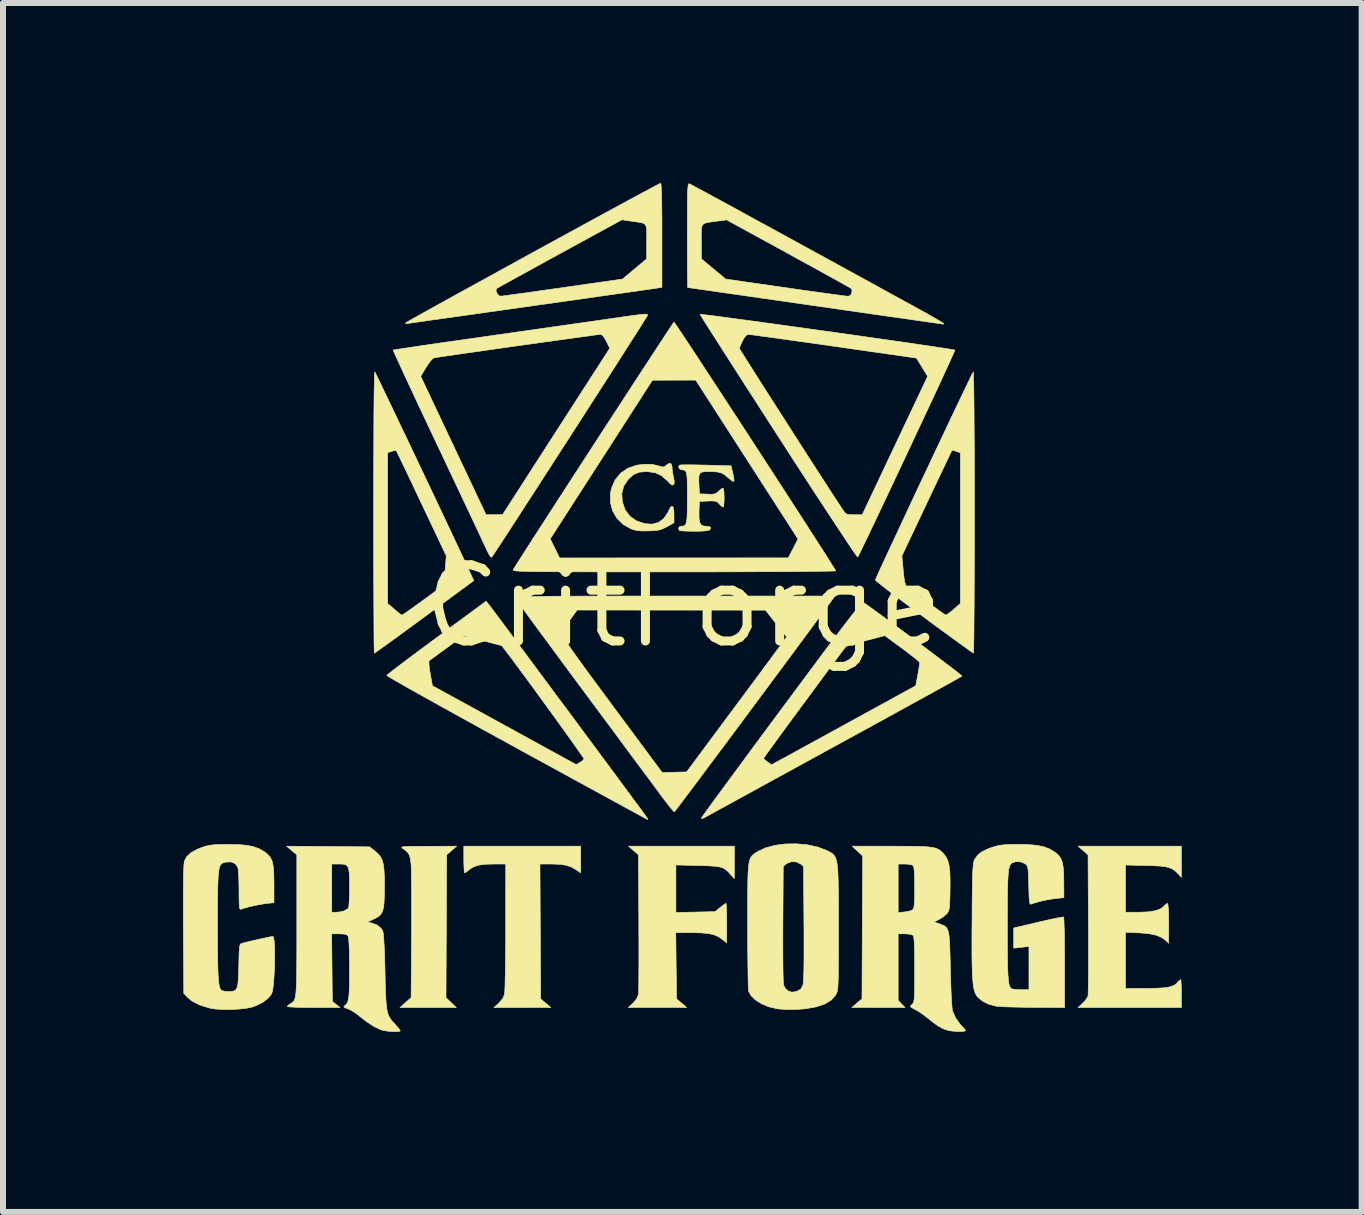
<source format=kicad_pcb>
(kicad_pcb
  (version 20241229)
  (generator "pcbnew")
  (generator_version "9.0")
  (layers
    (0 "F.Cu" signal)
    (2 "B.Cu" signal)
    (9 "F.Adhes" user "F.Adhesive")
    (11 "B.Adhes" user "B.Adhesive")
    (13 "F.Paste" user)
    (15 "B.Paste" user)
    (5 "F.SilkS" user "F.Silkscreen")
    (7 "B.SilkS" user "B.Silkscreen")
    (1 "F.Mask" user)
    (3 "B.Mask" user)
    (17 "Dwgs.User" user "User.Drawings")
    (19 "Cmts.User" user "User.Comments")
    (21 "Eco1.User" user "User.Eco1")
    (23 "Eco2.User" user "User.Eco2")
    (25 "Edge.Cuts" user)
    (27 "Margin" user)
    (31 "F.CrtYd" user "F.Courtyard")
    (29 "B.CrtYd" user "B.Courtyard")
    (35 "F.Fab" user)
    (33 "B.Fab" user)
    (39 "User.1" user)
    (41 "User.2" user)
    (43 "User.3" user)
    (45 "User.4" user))
  (footprint "CritForge"
    (layer "F.Cu")
    (at 8.342 7.053)
    (property "Reference" "CritForge" (at 0 0 0) (layer "F.SilkS") (effects (font (size 1.27 1.27) (thickness 0.15))))
    (attr through_hole)
    (fp_poly (pts (xy -3.865 4.072) (xy -3.948 4.144) (xy -3.959 6.525) (xy -3.873 6.607) (xy -3.787 6.689) (xy -4.726 6.689) (xy -4.633 6.606) (xy -4.54 6.524) (xy -4.533 5.49) (xy -4.532 5.279) (xy -4.532 5.075) (xy -4.532 4.885) (xy -4.533 4.713) (xy -4.534 4.563) (xy -4.536 4.441) (xy -4.538 4.352) (xy -4.541 4.3) (xy -4.552 4.208) (xy -4.571 4.145) (xy -4.603 4.098) (xy -4.657 4.053) (xy -4.678 4.039) (xy -4.693 4.027) (xy -4.697 4.018) (xy -4.685 4.012) (xy -4.653 4.007) (xy -4.595 4.005) (xy -4.508 4.003) (xy -4.388 4.002) (xy -4.256 4.002) (xy -3.782 4) (xy -3.865 4.072)) (stroke (width 0.01) (type solid)) (fill yes) (layer "F.SilkS"))
    (fp_poly (pts (xy -1.714 4.444) (xy -1.791 4.392) (xy -1.869 4.347) (xy -1.953 4.318) (xy -2.055 4.303) (xy -2.186 4.297) (xy -2.207 4.297) (xy -2.393 4.297) (xy -2.387 5.421) (xy -2.381 6.545) (xy -2.297 6.616) (xy -2.212 6.688) (xy -3.161 6.689) (xy -3.082 6.62) (xy -3.01 6.535) (xy -2.984 6.466) (xy -2.98 6.429) (xy -2.976 6.353) (xy -2.973 6.244) (xy -2.97 6.106) (xy -2.968 5.944) (xy -2.966 5.762) (xy -2.964 5.565) (xy -2.964 5.356) (xy -2.964 5.339) (xy -2.963 4.297) (xy -3.159 4.297) (xy -3.3 4.301) (xy -3.408 4.315) (xy -3.491 4.341) (xy -3.558 4.38) (xy -3.574 4.393) (xy -3.617 4.427) (xy -3.646 4.444) (xy -3.649 4.445) (xy -3.654 4.425) (xy -3.658 4.372) (xy -3.661 4.294) (xy -3.662 4.223) (xy -3.662 4) (xy -1.714 4) (xy -1.714 4.444)) (stroke (width 0.01) (type solid)) (fill yes) (layer "F.SilkS"))
    (fp_poly (pts (xy 0.846 4.54) (xy 0.778 4.463) (xy 0.736 4.418) (xy 0.696 4.384) (xy 0.651 4.36) (xy 0.594 4.344) (xy 0.518 4.334) (xy 0.415 4.327) (xy 0.279 4.323) (xy 0.238 4.322) (xy -0.127 4.313) (xy -0.127 5.105) (xy 0.525 5.091) (xy 0.61 5.022) (xy 0.661 4.983) (xy 0.697 4.958) (xy 0.708 4.953) (xy 0.712 4.973) (xy 0.715 5.028) (xy 0.718 5.111) (xy 0.719 5.215) (xy 0.72 5.282) (xy 0.72 5.611) (xy 0.64 5.548) (xy 0.578 5.506) (xy 0.506 5.476) (xy 0.416 5.456) (xy 0.301 5.445) (xy 0.154 5.441) (xy 0.121 5.44) (xy -0.129 5.44) (xy -0.123 5.992) (xy -0.116 6.545) (xy -0.032 6.616) (xy 0.053 6.688) (xy -0.434 6.688) (xy -0.921 6.688) (xy -0.843 6.617) (xy -0.783 6.546) (xy -0.752 6.475) (xy -0.752 6.474) (xy -0.749 6.44) (xy -0.747 6.367) (xy -0.746 6.261) (xy -0.745 6.125) (xy -0.744 5.963) (xy -0.744 5.78) (xy -0.744 5.58) (xy -0.745 5.367) (xy -0.745 5.273) (xy -0.751 4.144) (xy -0.917 4) (xy 0.847 4) (xy 0.846 4.54)) (stroke (width 0.01) (type solid)) (fill yes) (layer "F.SilkS"))
    (fp_poly (pts (xy -0.205 -2.372) (xy -0.191 -2.324) (xy -0.191 -2.305) (xy -0.185 -2.244) (xy -0.172 -2.169) (xy -0.166 -2.146) (xy -0.154 -2.079) (xy -0.158 -2.04) (xy -0.167 -2.026) (xy -0.189 -2.019) (xy -0.222 -2.04) (xy -0.27 -2.091) (xy -0.366 -2.176) (xy -0.474 -2.225) (xy -0.604 -2.243) (xy -0.625 -2.244) (xy -0.738 -2.233) (xy -0.828 -2.196) (xy -0.91 -2.127) (xy -0.927 -2.107) (xy -0.998 -1.998) (xy -1.029 -1.876) (xy -1.02 -1.74) (xy -1.019 -1.738) (xy -0.973 -1.605) (xy -0.895 -1.5) (xy -0.786 -1.423) (xy -0.65 -1.376) (xy -0.524 -1.367) (xy -0.416 -1.396) (xy -0.327 -1.463) (xy -0.258 -1.566) (xy -0.246 -1.595) (xy -0.216 -1.652) (xy -0.19 -1.668) (xy -0.172 -1.645) (xy -0.161 -1.583) (xy -0.159 -1.525) (xy -0.159 -1.391) (xy -0.274 -1.326) (xy -0.337 -1.294) (xy -0.393 -1.273) (xy -0.458 -1.262) (xy -0.546 -1.256) (xy -0.581 -1.255) (xy -0.689 -1.254) (xy -0.769 -1.26) (xy -0.836 -1.275) (xy -0.877 -1.29) (xy -1.008 -1.364) (xy -1.111 -1.466) (xy -1.182 -1.589) (xy -1.219 -1.728) (xy -1.219 -1.877) (xy -1.199 -1.97) (xy -1.139 -2.107) (xy -1.046 -2.218) (xy -0.926 -2.3) (xy -0.779 -2.35) (xy -0.667 -2.365) (xy -0.531 -2.364) (xy -0.424 -2.342) (xy -0.365 -2.323) (xy -0.33 -2.321) (xy -0.302 -2.336) (xy -0.283 -2.353) (xy -0.237 -2.382) (xy -0.205 -2.372)) (stroke (width 0.01) (type solid)) (fill yes) (layer "F.SilkS"))
    (fp_poly (pts (xy 8.297 4.519) (xy 8.244 4.461) (xy 8.198 4.415) (xy 8.152 4.382) (xy 8.099 4.358) (xy 8.03 4.341) (xy 7.939 4.331) (xy 7.819 4.325) (xy 7.71 4.322) (xy 7.366 4.314) (xy 7.366 5.101) (xy 7.594 5.101) (xy 7.748 5.094) (xy 7.867 5.075) (xy 7.954 5.042) (xy 8.016 4.993) (xy 8.019 4.988) (xy 8.051 4.96) (xy 8.067 4.953) (xy 8.073 4.973) (xy 8.079 5.028) (xy 8.083 5.111) (xy 8.085 5.215) (xy 8.086 5.285) (xy 8.086 5.617) (xy 8.038 5.572) (xy 7.968 5.521) (xy 7.88 5.484) (xy 7.767 5.46) (xy 7.62 5.446) (xy 7.594 5.445) (xy 7.366 5.434) (xy 7.366 6.371) (xy 7.689 6.371) (xy 7.849 6.369) (xy 7.973 6.363) (xy 8.066 6.353) (xy 8.134 6.337) (xy 8.184 6.314) (xy 8.222 6.284) (xy 8.228 6.277) (xy 8.262 6.24) (xy 8.285 6.223) (xy 8.286 6.223) (xy 8.29 6.243) (xy 8.294 6.296) (xy 8.297 6.375) (xy 8.297 6.456) (xy 8.297 6.689) (xy 6.575 6.689) (xy 6.651 6.618) (xy 6.7 6.566) (xy 6.734 6.515) (xy 6.741 6.497) (xy 6.743 6.466) (xy 6.745 6.397) (xy 6.747 6.295) (xy 6.748 6.162) (xy 6.749 6.003) (xy 6.749 5.822) (xy 6.749 5.623) (xy 6.748 5.41) (xy 6.748 5.295) (xy 6.742 4.144) (xy 6.659 4.072) (xy 6.576 4) (xy 8.297 4) (xy 8.297 4.519)) (stroke (width 0.01) (type solid)) (fill yes) (layer "F.SilkS"))
    (fp_poly (pts (xy 0.126 -2.356) (xy 0.24 -2.354) (xy 0.368 -2.351) (xy 0.38 -2.351) (xy 0.792 -2.339) (xy 0.822 -2.216) (xy 0.836 -2.149) (xy 0.841 -2.099) (xy 0.838 -2.08) (xy 0.816 -2.085) (xy 0.777 -2.113) (xy 0.756 -2.131) (xy 0.692 -2.186) (xy 0.633 -2.22) (xy 0.565 -2.237) (xy 0.474 -2.243) (xy 0.436 -2.244) (xy 0.354 -2.242) (xy 0.3 -2.233) (xy 0.27 -2.208) (xy 0.256 -2.161) (xy 0.255 -2.084) (xy 0.258 -2.01) (xy 0.265 -1.873) (xy 0.397 -1.867) (xy 0.473 -1.865) (xy 0.521 -1.872) (xy 0.557 -1.891) (xy 0.583 -1.915) (xy 0.624 -1.95) (xy 0.654 -1.968) (xy 0.657 -1.968) (xy 0.667 -1.949) (xy 0.674 -1.898) (xy 0.677 -1.825) (xy 0.677 -1.81) (xy 0.675 -1.734) (xy 0.67 -1.678) (xy 0.662 -1.652) (xy 0.66 -1.651) (xy 0.636 -1.665) (xy 0.599 -1.701) (xy 0.596 -1.705) (xy 0.567 -1.734) (xy 0.534 -1.749) (xy 0.486 -1.754) (xy 0.409 -1.753) (xy 0.407 -1.752) (xy 0.265 -1.746) (xy 0.258 -1.582) (xy 0.258 -1.474) (xy 0.268 -1.4) (xy 0.292 -1.357) (xy 0.332 -1.337) (xy 0.368 -1.333) (xy 0.431 -1.327) (xy 0.455 -1.309) (xy 0.442 -1.277) (xy 0.416 -1.264) (xy 0.363 -1.255) (xy 0.277 -1.25) (xy 0.181 -1.249) (xy 0.085 -1.25) (xy 0.004 -1.253) (xy -0.051 -1.258) (xy -0.071 -1.263) (xy -0.085 -1.299) (xy -0.066 -1.326) (xy -0.036 -1.333) (xy -0.004 -1.336) (xy 0.02 -1.345) (xy 0.038 -1.368) (xy 0.05 -1.408) (xy 0.058 -1.472) (xy 0.062 -1.564) (xy 0.063 -1.688) (xy 0.064 -1.813) (xy 0.063 -1.963) (xy 0.062 -2.076) (xy 0.058 -2.157) (xy 0.05 -2.212) (xy 0.039 -2.245) (xy 0.021 -2.263) (xy -0.003 -2.271) (xy -0.029 -2.273) (xy -0.065 -2.288) (xy -0.081 -2.318) (xy -0.073 -2.346) (xy -0.059 -2.353) (xy -0.03 -2.355) (xy 0.034 -2.356) (xy 0.126 -2.356)) (stroke (width 0.01) (type solid)) (fill yes) (layer "F.SilkS"))
    (fp_poly (pts (xy -5.134 -3.883) (xy -5.106 -3.827) (xy -5.064 -3.74) (xy -5.008 -3.624) (xy -4.941 -3.483) (xy -4.863 -3.321) (xy -4.777 -3.14) (xy -4.684 -2.945) (xy -4.585 -2.738) (xy -4.483 -2.523) (xy -4.378 -2.302) (xy -4.273 -2.081) (xy -4.169 -1.861) (xy -4.067 -1.646) (xy -3.97 -1.44) (xy -3.878 -1.245) (xy -3.794 -1.066) (xy -3.718 -0.905) (xy -3.653 -0.766) (xy -3.6 -0.652) (xy -3.566 -0.578) (xy -3.496 -0.426) (xy -4.319 0.179) (xy -4.483 0.299) (xy -4.637 0.412) (xy -4.777 0.514) (xy -4.9 0.603) (xy -5.002 0.677) (xy -5.081 0.733) (xy -5.132 0.769) (xy -5.153 0.783) (xy -5.153 0.783) (xy -5.155 0.762) (xy -5.156 0.702) (xy -5.158 0.605) (xy -5.159 0.473) (xy -5.16 0.31) (xy -5.161 0.118) (xy -5.162 -0.1) (xy -5.163 -0.342) (xy -5.164 -0.605) (xy -5.164 -0.886) (xy -5.165 -1.182) (xy -5.165 -1.491) (xy -5.165 -1.571) (xy -5.164 -1.94) (xy -5.164 -2.282) (xy -5.163 -2.557) (xy -4.932 -2.557) (xy -4.932 -0.046) (xy -4.821 0.05) (xy -4.763 0.099) (xy -4.718 0.134) (xy -4.694 0.148) (xy -4.693 0.148) (xy -4.672 0.136) (xy -4.622 0.103) (xy -4.549 0.052) (xy -4.458 -0.013) (xy -4.355 -0.087) (xy -4.34 -0.099) (xy -4.224 -0.183) (xy -4.137 -0.247) (xy -4.075 -0.299) (xy -4.032 -0.345) (xy -4.005 -0.391) (xy -3.989 -0.445) (xy -3.98 -0.513) (xy -3.973 -0.602) (xy -3.968 -0.668) (xy -3.954 -0.839) (xy -4.368 -1.713) (xy -4.453 -1.893) (xy -4.532 -2.06) (xy -4.604 -2.211) (xy -4.667 -2.343) (xy -4.719 -2.451) (xy -4.758 -2.531) (xy -4.782 -2.581) (xy -4.79 -2.596) (xy -4.813 -2.595) (xy -4.859 -2.582) (xy -4.865 -2.58) (xy -4.932 -2.557) (xy -5.163 -2.557) (xy -5.163 -2.595) (xy -5.162 -2.879) (xy -5.161 -3.131) (xy -5.159 -3.351) (xy -5.157 -3.536) (xy -5.154 -3.685) (xy -5.152 -3.797) (xy -5.149 -3.87) (xy -5.146 -3.903) (xy -5.145 -3.904) (xy -5.134 -3.883)) (stroke (width 0.01) (type solid)) (fill yes) (layer "F.SilkS"))
    (fp_poly (pts (xy -0.146 -4.717) (xy -0.111 -4.667) (xy -0.058 -4.588) (xy 0.014 -4.48) (xy 0.101 -4.348) (xy 0.203 -4.194) (xy 0.317 -4.02) (xy 0.442 -3.829) (xy 0.576 -3.624) (xy 0.717 -3.408) (xy 0.863 -3.184) (xy 1.014 -2.953) (xy 1.166 -2.719) (xy 1.319 -2.484) (xy 1.47 -2.251) (xy 1.618 -2.023) (xy 1.761 -1.802) (xy 1.897 -1.592) (xy 2.025 -1.394) (xy 2.142 -1.211) (xy 2.248 -1.047) (xy 2.34 -0.904) (xy 2.416 -0.784) (xy 2.475 -0.69) (xy 2.516 -0.625) (xy 2.535 -0.592) (xy 2.536 -0.589) (xy 2.517 -0.587) (xy 2.457 -0.585) (xy 2.36 -0.583) (xy 2.228 -0.581) (xy 2.064 -0.579) (xy 1.87 -0.577) (xy 1.648 -0.576) (xy 1.402 -0.575) (xy 1.134 -0.574) (xy 0.845 -0.573) (xy 0.54 -0.572) (xy 0.219 -0.572) (xy -0.114 -0.572) (xy -0.158 -0.572) (xy -0.552 -0.572) (xy -0.905 -0.572) (xy -1.221 -0.572) (xy -1.5 -0.572) (xy -1.746 -0.573) (xy -1.96 -0.573) (xy -2.145 -0.574) (xy -2.302 -0.575) (xy -2.435 -0.576) (xy -2.544 -0.578) (xy -2.631 -0.58) (xy -2.701 -0.582) (xy -2.753 -0.585) (xy -2.791 -0.588) (xy -2.816 -0.592) (xy -2.832 -0.596) (xy -2.839 -0.6) (xy -2.839 -0.605) (xy -2.838 -0.609) (xy -2.817 -0.643) (xy -2.776 -0.709) (xy -2.715 -0.804) (xy -2.638 -0.925) (xy -2.545 -1.07) (xy -2.512 -1.122) (xy -2.222 -1.122) (xy -2.065 -0.804) (xy 1.746 -0.805) (xy 1.908 -1.12) (xy 1.056 -2.444) (xy 0.203 -3.768) (xy -0.158 -3.767) (xy -0.519 -3.766) (xy -1.37 -2.444) (xy -2.222 -1.122) (xy -2.512 -1.122) (xy -2.438 -1.235) (xy -2.32 -1.418) (xy -2.192 -1.617) (xy -2.055 -1.828) (xy -1.912 -2.049) (xy -1.764 -2.277) (xy -1.613 -2.51) (xy -1.461 -2.745) (xy -1.309 -2.979) (xy -1.159 -3.209) (xy -1.013 -3.433) (xy -0.873 -3.648) (xy -0.741 -3.851) (xy -0.617 -4.04) (xy -0.505 -4.212) (xy -0.405 -4.364) (xy -0.32 -4.494) (xy -0.251 -4.598) (xy -0.2 -4.675) (xy -0.169 -4.721) (xy -0.159 -4.734) (xy -0.146 -4.717)) (stroke (width 0.01) (type solid)) (fill yes) (layer "F.SilkS"))
    (fp_poly (pts (xy -0.376 -7.033) (xy -0.371 -6.984) (xy -0.367 -6.901) (xy -0.364 -6.782) (xy -0.362 -6.625) (xy -0.36 -6.429) (xy -0.36 -6.193) (xy -0.36 -6.182) (xy -0.36 -5.315) (xy -0.429 -5.303) (xy -0.459 -5.298) (xy -0.528 -5.288) (xy -0.634 -5.273) (xy -0.772 -5.253) (xy -0.94 -5.229) (xy -1.136 -5.202) (xy -1.355 -5.171) (xy -1.595 -5.136) (xy -1.853 -5.1) (xy -2.126 -5.061) (xy -2.412 -5.021) (xy -2.519 -5.006) (xy -2.807 -4.965) (xy -3.084 -4.926) (xy -3.347 -4.889) (xy -3.593 -4.854) (xy -3.818 -4.822) (xy -4.02 -4.794) (xy -4.197 -4.769) (xy -4.344 -4.748) (xy -4.459 -4.731) (xy -4.54 -4.72) (xy -4.582 -4.714) (xy -4.588 -4.713) (xy -4.625 -4.711) (xy -4.635 -4.718) (xy -4.617 -4.73) (xy -4.565 -4.76) (xy -4.481 -4.808) (xy -4.368 -4.871) (xy -4.23 -4.948) (xy -4.068 -5.038) (xy -3.887 -5.138) (xy -3.688 -5.248) (xy -3.663 -5.261) (xy -3.125 -5.261) (xy -3.111 -5.218) (xy -3.084 -5.181) (xy -3.054 -5.166) (xy -3.026 -5.169) (xy -2.96 -5.177) (xy -2.861 -5.191) (xy -2.733 -5.208) (xy -2.58 -5.229) (xy -2.407 -5.254) (xy -2.217 -5.281) (xy -2.017 -5.309) (xy -1.017 -5.452) (xy -0.816 -5.62) (xy -0.614 -5.788) (xy -0.614 -6.078) (xy -0.613 -6.196) (xy -0.615 -6.279) (xy -0.624 -6.334) (xy -0.645 -6.367) (xy -0.684 -6.387) (xy -0.745 -6.399) (xy -0.834 -6.412) (xy -0.857 -6.415) (xy -1.027 -6.44) (xy -2.064 -5.874) (xy -2.257 -5.768) (xy -2.439 -5.668) (xy -2.606 -5.576) (xy -2.756 -5.494) (xy -2.884 -5.423) (xy -2.988 -5.366) (xy -3.063 -5.324) (xy -3.107 -5.299) (xy -3.118 -5.292) (xy -3.125 -5.261) (xy -3.663 -5.261) (xy -3.474 -5.365) (xy -3.249 -5.489) (xy -3.015 -5.618) (xy -2.776 -5.749) (xy -2.533 -5.883) (xy -2.29 -6.016) (xy -2.049 -6.148) (xy -1.814 -6.276) (xy -1.587 -6.4) (xy -1.371 -6.518) (xy -1.169 -6.628) (xy -0.984 -6.728) (xy -0.818 -6.818) (xy -0.675 -6.895) (xy -0.557 -6.958) (xy -0.467 -7.006) (xy -0.408 -7.036) (xy -0.383 -7.048) (xy -0.383 -7.048) (xy -0.376 -7.033)) (stroke (width 0.01) (type solid)) (fill yes) (layer "F.SilkS"))
    (fp_poly (pts (xy 2.457 -0.079) (xy 2.346 0.071) (xy 2.223 0.239) (xy 2.087 0.423) (xy 1.942 0.619) (xy 1.789 0.826) (xy 1.63 1.041) (xy 1.466 1.261) (xy 1.301 1.484) (xy 1.136 1.706) (xy 0.973 1.926) (xy 0.813 2.141) (xy 0.659 2.347) (xy 0.512 2.544) (xy 0.375 2.727) (xy 0.25 2.895) (xy 0.138 3.044) (xy 0.041 3.173) (xy -0.038 3.278) (xy -0.098 3.358) (xy -0.138 3.408) (xy -0.154 3.428) (xy -0.154 3.428) (xy -0.171 3.412) (xy -0.209 3.368) (xy -0.263 3.3) (xy -0.328 3.215) (xy -0.386 3.138) (xy -0.431 3.076) (xy -0.5 2.984) (xy -0.589 2.863) (xy -0.697 2.718) (xy -0.821 2.552) (xy -0.958 2.367) (xy -1.106 2.166) (xy -1.264 1.954) (xy -1.428 1.733) (xy -1.597 1.505) (xy -1.7 1.366) (xy -1.865 1.144) (xy -2.022 0.932) (xy -2.17 0.731) (xy -2.307 0.545) (xy -2.377 0.451) (xy -2.044 0.451) (xy -2.034 0.475) (xy -1.999 0.53) (xy -1.94 0.617) (xy -1.859 0.734) (xy -1.755 0.879) (xy -1.63 1.052) (xy -1.484 1.251) (xy -1.319 1.474) (xy -1.205 1.628) (xy -0.355 2.774) (xy -0.151 2.768) (xy 0.052 2.762) (xy 0.83 1.714) (xy 0.97 1.527) (xy 1.103 1.347) (xy 1.228 1.179) (xy 1.341 1.025) (xy 1.442 0.89) (xy 1.526 0.775) (xy 1.593 0.685) (xy 1.639 0.622) (xy 1.663 0.59) (xy 1.663 0.589) (xy 1.718 0.511) (xy 1.542 0.288) (xy 1.365 0.066) (xy -0.204 0.065) (xy -1.773 0.064) (xy -1.903 0.242) (xy -1.958 0.319) (xy -2.004 0.386) (xy -2.035 0.434) (xy -2.044 0.451) (xy -2.377 0.451) (xy -2.432 0.376) (xy -2.542 0.227) (xy -2.635 0.099) (xy -2.711 -0.004) (xy -2.766 -0.081) (xy -2.8 -0.128) (xy -2.809 -0.142) (xy -2.804 -0.146) (xy -2.783 -0.15) (xy -2.745 -0.153) (xy -2.688 -0.156) (xy -2.61 -0.159) (xy -2.509 -0.161) (xy -2.383 -0.163) (xy -2.231 -0.165) (xy -2.05 -0.166) (xy -1.838 -0.167) (xy -1.594 -0.168) (xy -1.316 -0.169) (xy -1.002 -0.169) (xy -0.649 -0.169) (xy -0.257 -0.169) (xy -0.149 -0.169) (xy 2.522 -0.169) (xy 2.457 -0.079)) (stroke (width 0.01) (type solid)) (fill yes) (layer "F.SilkS"))
    (fp_poly (pts (xy 4.831 -3.886) (xy 4.834 -3.828) (xy 4.836 -3.733) (xy 4.838 -3.602) (xy 4.84 -3.438) (xy 4.842 -3.243) (xy 4.843 -3.02) (xy 4.845 -2.771) (xy 4.846 -2.499) (xy 4.847 -2.205) (xy 4.847 -1.892) (xy 4.847 -1.571) (xy 4.847 -1.259) (xy 4.847 -0.959) (xy 4.846 -0.674) (xy 4.845 -0.407) (xy 4.844 -0.16) (xy 4.843 0.065) (xy 4.841 0.263) (xy 4.84 0.434) (xy 4.838 0.574) (xy 4.836 0.68) (xy 4.834 0.749) (xy 4.832 0.78) (xy 4.831 0.781) (xy 4.812 0.769) (xy 4.761 0.734) (xy 4.684 0.678) (xy 4.582 0.605) (xy 4.46 0.516) (xy 4.321 0.415) (xy 4.168 0.303) (xy 4.006 0.183) (xy 3.844 0.063) (xy 3.692 -0.05) (xy 3.554 -0.154) (xy 3.434 -0.245) (xy 3.335 -0.321) (xy 3.261 -0.38) (xy 3.213 -0.419) (xy 3.197 -0.436) (xy 3.206 -0.458) (xy 3.231 -0.515) (xy 3.271 -0.604) (xy 3.325 -0.721) (xy 3.379 -0.838) (xy 3.639 -0.838) (xy 3.662 -0.595) (xy 3.674 -0.482) (xy 3.686 -0.405) (xy 3.7 -0.356) (xy 3.716 -0.33) (xy 3.721 -0.326) (xy 3.749 -0.305) (xy 3.805 -0.263) (xy 3.882 -0.206) (xy 3.974 -0.137) (xy 4.053 -0.077) (xy 4.151 -0.005) (xy 4.238 0.058) (xy 4.307 0.107) (xy 4.354 0.138) (xy 4.371 0.147) (xy 4.397 0.134) (xy 4.444 0.101) (xy 4.502 0.053) (xy 4.504 0.051) (xy 4.614 -0.046) (xy 4.614 -2.557) (xy 4.547 -2.58) (xy 4.501 -2.595) (xy 4.475 -2.598) (xy 4.474 -2.598) (xy 4.464 -2.578) (xy 4.438 -2.524) (xy 4.398 -2.439) (xy 4.344 -2.327) (xy 4.28 -2.192) (xy 4.207 -2.039) (xy 4.127 -1.869) (xy 4.054 -1.715) (xy 3.639 -0.838) (xy 3.379 -0.838) (xy 3.391 -0.863) (xy 3.467 -1.026) (xy 3.552 -1.208) (xy 3.644 -1.405) (xy 3.741 -1.614) (xy 3.843 -1.831) (xy 3.947 -2.053) (xy 4.053 -2.276) (xy 4.157 -2.499) (xy 4.26 -2.716) (xy 4.359 -2.925) (xy 4.452 -3.123) (xy 4.539 -3.305) (xy 4.617 -3.47) (xy 4.686 -3.613) (xy 4.743 -3.731) (xy 4.786 -3.821) (xy 4.816 -3.88) (xy 4.829 -3.904) (xy 4.829 -3.904) (xy 4.831 -3.886)) (stroke (width 0.01) (type solid)) (fill yes) (layer "F.SilkS"))
    (fp_poly (pts (xy 0.1 -7.039) (xy 0.124 -7.027) (xy 0.183 -6.995) (xy 0.277 -6.945) (xy 0.402 -6.877) (xy 0.558 -6.792) (xy 0.744 -6.691) (xy 0.956 -6.575) (xy 1.195 -6.444) (xy 1.458 -6.301) (xy 1.743 -6.145) (xy 2.049 -5.977) (xy 2.375 -5.799) (xy 2.718 -5.611) (xy 3.078 -5.414) (xy 3.451 -5.208) (xy 3.799 -5.018) (xy 3.965 -4.927) (xy 4.096 -4.854) (xy 4.195 -4.797) (xy 4.266 -4.756) (xy 4.312 -4.727) (xy 4.335 -4.71) (xy 4.338 -4.702) (xy 4.328 -4.701) (xy 4.304 -4.704) (xy 4.242 -4.713) (xy 4.143 -4.727) (xy 4.011 -4.746) (xy 3.848 -4.769) (xy 3.658 -4.797) (xy 3.443 -4.827) (xy 3.205 -4.861) (xy 2.948 -4.898) (xy 2.675 -4.937) (xy 2.388 -4.979) (xy 2.191 -5.007) (xy 1.897 -5.049) (xy 1.615 -5.09) (xy 1.347 -5.128) (xy 1.098 -5.164) (xy 0.869 -5.197) (xy 0.663 -5.226) (xy 0.483 -5.252) (xy 0.331 -5.274) (xy 0.212 -5.291) (xy 0.127 -5.303) (xy 0.079 -5.31) (xy 0.069 -5.312) (xy 0.068 -5.332) (xy 0.067 -5.391) (xy 0.066 -5.483) (xy 0.065 -5.604) (xy 0.064 -5.75) (xy 0.064 -5.916) (xy 0.064 -6.098) (xy 0.064 -6.183) (xy 0.064 -6.217) (xy 0.296 -6.217) (xy 0.296 -6.108) (xy 0.297 -6.079) (xy 0.297 -5.789) (xy 0.702 -5.452) (xy 1.69 -5.31) (xy 1.891 -5.281) (xy 2.081 -5.254) (xy 2.255 -5.23) (xy 2.409 -5.209) (xy 2.538 -5.191) (xy 2.638 -5.178) (xy 2.705 -5.169) (xy 2.733 -5.166) (xy 2.779 -5.175) (xy 2.801 -5.213) (xy 2.803 -5.221) (xy 2.808 -5.267) (xy 2.8 -5.292) (xy 2.779 -5.305) (xy 2.724 -5.336) (xy 2.639 -5.384) (xy 2.527 -5.446) (xy 2.391 -5.521) (xy 2.235 -5.607) (xy 2.062 -5.702) (xy 1.876 -5.804) (xy 1.75 -5.874) (xy 0.717 -6.439) (xy 0.544 -6.415) (xy 0.447 -6.402) (xy 0.379 -6.39) (xy 0.335 -6.373) (xy 0.31 -6.343) (xy 0.299 -6.294) (xy 0.296 -6.217) (xy 0.064 -6.217) (xy 0.064 -6.398) (xy 0.064 -6.574) (xy 0.065 -6.716) (xy 0.066 -6.826) (xy 0.068 -6.909) (xy 0.072 -6.968) (xy 0.076 -7.007) (xy 0.081 -7.029) (xy 0.088 -7.039) (xy 0.096 -7.04) (xy 0.1 -7.039)) (stroke (width 0.01) (type solid)) (fill yes) (layer "F.SilkS"))
    (fp_poly (pts (xy 2.062 3.976) (xy 2.233 4.013) (xy 2.383 4.07) (xy 2.391 4.074) (xy 2.432 4.095) (xy 2.466 4.114) (xy 2.495 4.136) (xy 2.518 4.164) (xy 2.537 4.202) (xy 2.552 4.252) (xy 2.563 4.319) (xy 2.571 4.406) (xy 2.576 4.517) (xy 2.579 4.655) (xy 2.581 4.823) (xy 2.582 5.025) (xy 2.582 5.265) (xy 2.582 5.352) (xy 2.582 5.59) (xy 2.582 5.788) (xy 2.581 5.952) (xy 2.58 6.085) (xy 2.579 6.19) (xy 2.576 6.272) (xy 2.573 6.334) (xy 2.568 6.38) (xy 2.563 6.414) (xy 2.556 6.439) (xy 2.547 6.459) (xy 2.538 6.477) (xy 2.466 6.561) (xy 2.357 6.629) (xy 2.212 6.678) (xy 2.033 6.709) (xy 1.894 6.72) (xy 1.787 6.722) (xy 1.679 6.719) (xy 1.588 6.713) (xy 1.559 6.709) (xy 1.423 6.677) (xy 1.3 6.626) (xy 1.197 6.561) (xy 1.123 6.488) (xy 1.084 6.415) (xy 1.081 6.384) (xy 1.078 6.314) (xy 1.076 6.211) (xy 1.074 6.078) (xy 1.072 5.921) (xy 1.07 5.742) (xy 1.07 5.678) (xy 1.655 5.678) (xy 1.656 5.85) (xy 1.657 6.002) (xy 1.659 6.13) (xy 1.662 6.227) (xy 1.665 6.291) (xy 1.668 6.313) (xy 1.698 6.373) (xy 1.737 6.408) (xy 1.787 6.429) (xy 1.83 6.432) (xy 1.887 6.417) (xy 1.902 6.412) (xy 1.955 6.381) (xy 1.986 6.325) (xy 1.991 6.311) (xy 1.997 6.266) (xy 2.002 6.178) (xy 2.006 6.048) (xy 2.008 5.876) (xy 2.008 5.662) (xy 2.008 5.405) (xy 2.007 5.284) (xy 2 4.335) (xy 1.95 4.295) (xy 1.878 4.261) (xy 1.795 4.259) (xy 1.721 4.288) (xy 1.712 4.295) (xy 1.662 4.335) (xy 1.656 5.29) (xy 1.655 5.489) (xy 1.655 5.678) (xy 1.07 5.678) (xy 1.069 5.548) (xy 1.069 5.341) (xy 1.069 5.323) (xy 1.069 5.077) (xy 1.069 4.869) (xy 1.07 4.696) (xy 1.072 4.554) (xy 1.076 4.441) (xy 1.082 4.351) (xy 1.091 4.282) (xy 1.103 4.23) (xy 1.119 4.191) (xy 1.139 4.162) (xy 1.163 4.138) (xy 1.193 4.117) (xy 1.228 4.095) (xy 1.234 4.091) (xy 1.363 4.029) (xy 1.52 3.986) (xy 1.695 3.963) (xy 1.879 3.96) (xy 2.062 3.976)) (stroke (width 0.01) (type solid)) (fill yes) (layer "F.SilkS"))
    (fp_poly (pts (xy -3.252 -0.036) (xy -3.234 -0.013) (xy -3.193 0.041) (xy -3.132 0.123) (xy -3.051 0.231) (xy -2.954 0.362) (xy -2.841 0.513) (xy -2.716 0.681) (xy -2.58 0.864) (xy -2.436 1.058) (xy -2.285 1.262) (xy -2.129 1.472) (xy -1.97 1.685) (xy -1.811 1.899) (xy -1.654 2.112) (xy -1.5 2.319) (xy -1.352 2.519) (xy -1.211 2.709) (xy -1.08 2.886) (xy -0.961 3.047) (xy -0.856 3.19) (xy -0.766 3.311) (xy -0.694 3.408) (xy -0.643 3.479) (xy -0.613 3.52) (xy -0.606 3.53) (xy -0.596 3.553) (xy -0.597 3.556) (xy -0.616 3.546) (xy -0.67 3.517) (xy -0.757 3.47) (xy -0.874 3.407) (xy -1.018 3.328) (xy -1.188 3.235) (xy -1.382 3.129) (xy -1.596 3.012) (xy -1.829 2.885) (xy -2.079 2.748) (xy -2.342 2.604) (xy -2.617 2.454) (xy -2.778 2.365) (xy -3.059 2.211) (xy -3.329 2.063) (xy -3.586 1.921) (xy -3.828 1.787) (xy -4.053 1.663) (xy -4.257 1.549) (xy -4.44 1.447) (xy -4.598 1.358) (xy -4.729 1.283) (xy -4.832 1.224) (xy -4.903 1.182) (xy -4.94 1.158) (xy -4.946 1.154) (xy -4.928 1.137) (xy -4.879 1.098) (xy -4.803 1.039) (xy -4.703 0.963) (xy -4.668 0.936) (xy -4.244 0.936) (xy -4.24 0.994) (xy -4.23 1.074) (xy -4.221 1.126) (xy -4.185 1.326) (xy -2.987 1.983) (xy -1.789 2.64) (xy -1.728 2.606) (xy -1.683 2.575) (xy -1.658 2.548) (xy -1.658 2.547) (xy -1.668 2.527) (xy -1.702 2.478) (xy -1.755 2.402) (xy -1.825 2.303) (xy -1.909 2.185) (xy -2.004 2.052) (xy -2.108 1.908) (xy -2.218 1.756) (xy -2.331 1.601) (xy -2.444 1.445) (xy -2.555 1.293) (xy -2.661 1.149) (xy -2.759 1.017) (xy -2.846 0.899) (xy -2.92 0.8) (xy -2.978 0.725) (xy -3.016 0.675) (xy -3.033 0.656) (xy -3.034 0.656) (xy -3.054 0.651) (xy -3.109 0.637) (xy -3.19 0.616) (xy -3.291 0.589) (xy -3.352 0.573) (xy -3.666 0.49) (xy -3.944 0.693) (xy -4.039 0.762) (xy -4.122 0.823) (xy -4.188 0.871) (xy -4.229 0.902) (xy -4.24 0.91) (xy -4.244 0.936) (xy -4.668 0.936) (xy -4.582 0.872) (xy -4.443 0.768) (xy -4.29 0.654) (xy -4.126 0.533) (xy -4.115 0.525) (xy -3.291 -0.083) (xy -3.252 -0.036)) (stroke (width 0.01) (type solid)) (fill yes) (layer "F.SilkS"))
    (fp_poly (pts (xy -0.607 -4.864) (xy -0.598 -4.857) (xy -0.599 -4.849) (xy -0.611 -4.828) (xy -0.645 -4.774) (xy -0.697 -4.69) (xy -0.768 -4.579) (xy -0.855 -4.443) (xy -0.955 -4.286) (xy -1.068 -4.109) (xy -1.192 -3.916) (xy -1.324 -3.71) (xy -1.464 -3.493) (xy -1.608 -3.269) (xy -1.756 -3.039) (xy -1.906 -2.806) (xy -2.056 -2.574) (xy -2.203 -2.345) (xy -2.348 -2.122) (xy -2.486 -1.907) (xy -2.618 -1.704) (xy -2.74 -1.515) (xy -2.852 -1.342) (xy -2.951 -1.189) (xy -3.036 -1.059) (xy -3.105 -0.954) (xy -3.156 -0.877) (xy -3.188 -0.83) (xy -3.197 -0.817) (xy -3.215 -0.824) (xy -3.243 -0.865) (xy -3.278 -0.933) (xy -3.296 -0.973) (xy -3.331 -1.048) (xy -3.381 -1.155) (xy -3.445 -1.291) (xy -3.521 -1.453) (xy -3.608 -1.637) (xy -3.704 -1.841) (xy -3.808 -2.061) (xy -3.918 -2.294) (xy -4.033 -2.538) (xy -4.094 -2.665) (xy -4.209 -2.909) (xy -4.318 -3.141) (xy -4.421 -3.359) (xy -4.515 -3.561) (xy -4.6 -3.743) (xy -4.641 -3.831) (xy -4.38 -3.831) (xy -3.836 -2.678) (xy -3.291 -1.524) (xy -3.016 -1.525) (xy -2.123 -2.912) (xy -1.229 -4.299) (xy -1.286 -4.414) (xy -1.326 -4.486) (xy -1.36 -4.522) (xy -1.386 -4.53) (xy -1.413 -4.527) (xy -1.477 -4.519) (xy -1.575 -4.505) (xy -1.702 -4.488) (xy -1.854 -4.467) (xy -2.026 -4.443) (xy -2.214 -4.417) (xy -2.414 -4.389) (xy -2.621 -4.36) (xy -2.831 -4.331) (xy -3.04 -4.301) (xy -3.244 -4.272) (xy -3.438 -4.244) (xy -3.618 -4.219) (xy -3.779 -4.195) (xy -3.917 -4.175) (xy -4.029 -4.159) (xy -4.109 -4.147) (xy -4.153 -4.14) (xy -4.159 -4.138) (xy -4.192 -4.116) (xy -4.236 -4.063) (xy -4.286 -3.988) (xy -4.291 -3.98) (xy -4.38 -3.831) (xy -4.641 -3.831) (xy -4.674 -3.903) (xy -4.736 -4.038) (xy -4.785 -4.144) (xy -4.819 -4.219) (xy -4.837 -4.261) (xy -4.84 -4.269) (xy -4.818 -4.273) (xy -4.758 -4.283) (xy -4.661 -4.297) (xy -4.533 -4.316) (xy -4.375 -4.34) (xy -4.19 -4.367) (xy -3.983 -4.397) (xy -3.755 -4.429) (xy -3.51 -4.464) (xy -3.252 -4.501) (xy -3.12 -4.52) (xy -2.844 -4.559) (xy -2.571 -4.598) (xy -2.306 -4.636) (xy -2.053 -4.672) (xy -1.815 -4.706) (xy -1.598 -4.737) (xy -1.405 -4.764) (xy -1.241 -4.788) (xy -1.109 -4.807) (xy -1.014 -4.821) (xy -0.999 -4.823) (xy -0.857 -4.843) (xy -0.752 -4.857) (xy -0.679 -4.865) (xy -0.633 -4.867) (xy -0.607 -4.864)) (stroke (width 0.01) (type solid)) (fill yes) (layer "F.SilkS"))
    (fp_poly (pts (xy 5.759 3.974) (xy 5.896 3.987) (xy 6.008 4.011) (xy 6.102 4.047) (xy 6.187 4.098) (xy 6.196 4.104) (xy 6.248 4.149) (xy 6.286 4.2) (xy 6.312 4.265) (xy 6.328 4.351) (xy 6.336 4.465) (xy 6.338 4.593) (xy 6.339 4.858) (xy 6.198 4.872) (xy 6.072 4.891) (xy 5.936 4.921) (xy 5.814 4.957) (xy 5.791 4.966) (xy 5.779 4.965) (xy 5.77 4.947) (xy 5.764 4.907) (xy 5.759 4.84) (xy 5.756 4.739) (xy 5.754 4.656) (xy 5.751 4.533) (xy 5.747 4.445) (xy 5.742 4.385) (xy 5.734 4.346) (xy 5.723 4.321) (xy 5.706 4.303) (xy 5.697 4.295) (xy 5.626 4.262) (xy 5.544 4.257) (xy 5.483 4.275) (xy 5.463 4.288) (xy 5.447 4.307) (xy 5.433 4.336) (xy 5.422 4.378) (xy 5.414 4.436) (xy 5.408 4.515) (xy 5.403 4.618) (xy 5.4 4.749) (xy 5.399 4.911) (xy 5.398 5.109) (xy 5.397 5.336) (xy 5.398 5.569) (xy 5.399 5.764) (xy 5.4 5.923) (xy 5.403 6.052) (xy 5.408 6.152) (xy 5.414 6.229) (xy 5.421 6.285) (xy 5.431 6.325) (xy 5.444 6.352) (xy 5.459 6.369) (xy 5.468 6.376) (xy 5.501 6.384) (xy 5.562 6.39) (xy 5.625 6.392) (xy 5.757 6.392) (xy 5.757 5.671) (xy 5.63 5.685) (xy 5.503 5.699) (xy 5.503 5.363) (xy 5.911 5.267) (xy 6.036 5.238) (xy 6.148 5.213) (xy 6.239 5.195) (xy 6.303 5.183) (xy 6.333 5.179) (xy 6.334 5.18) (xy 6.338 5.202) (xy 6.341 5.262) (xy 6.344 5.355) (xy 6.347 5.475) (xy 6.348 5.618) (xy 6.35 5.78) (xy 6.35 5.938) (xy 6.35 6.689) (xy 5.837 6.686) (xy 5.687 6.685) (xy 5.545 6.682) (xy 5.419 6.679) (xy 5.315 6.675) (xy 5.243 6.67) (xy 5.217 6.668) (xy 5.095 6.637) (xy 4.987 6.585) (xy 4.906 6.519) (xy 4.89 6.499) (xy 4.87 6.466) (xy 4.853 6.426) (xy 4.84 6.376) (xy 4.829 6.311) (xy 4.82 6.228) (xy 4.814 6.123) (xy 4.81 5.993) (xy 4.807 5.835) (xy 4.807 5.644) (xy 4.807 5.417) (xy 4.809 5.224) (xy 4.81 4.997) (xy 4.812 4.809) (xy 4.814 4.656) (xy 4.817 4.534) (xy 4.82 4.438) (xy 4.824 4.365) (xy 4.829 4.311) (xy 4.834 4.272) (xy 4.841 4.244) (xy 4.85 4.223) (xy 4.852 4.219) (xy 4.904 4.147) (xy 4.975 4.091) (xy 5.075 4.043) (xy 5.152 4.016) (xy 5.225 3.995) (xy 5.296 3.982) (xy 5.377 3.974) (xy 5.479 3.97) (xy 5.588 3.969) (xy 5.759 3.974)) (stroke (width 0.01) (type solid)) (fill yes) (layer "F.SilkS"))
    (fp_poly (pts (xy 3.67 4.001) (xy 3.83 4.002) (xy 3.959 4.005) (xy 4.059 4.01) (xy 4.136 4.019) (xy 4.194 4.031) (xy 4.239 4.048) (xy 4.276 4.07) (xy 4.308 4.098) (xy 4.339 4.131) (xy 4.378 4.183) (xy 4.407 4.246) (xy 4.427 4.327) (xy 4.439 4.43) (xy 4.443 4.564) (xy 4.442 4.732) (xy 4.442 4.745) (xy 4.439 4.871) (xy 4.435 4.962) (xy 4.43 5.025) (xy 4.422 5.067) (xy 4.41 5.096) (xy 4.394 5.119) (xy 4.384 5.131) (xy 4.33 5.176) (xy 4.264 5.218) (xy 4.254 5.223) (xy 4.175 5.262) (xy 4.273 5.297) (xy 4.316 5.313) (xy 4.351 5.33) (xy 4.379 5.353) (xy 4.399 5.385) (xy 4.415 5.432) (xy 4.426 5.498) (xy 4.433 5.587) (xy 4.439 5.706) (xy 4.443 5.857) (xy 4.447 6.045) (xy 4.447 6.054) (xy 4.452 6.219) (xy 4.457 6.372) (xy 4.463 6.506) (xy 4.469 6.617) (xy 4.476 6.698) (xy 4.482 6.744) (xy 4.483 6.748) (xy 4.537 6.866) (xy 4.614 6.973) (xy 4.645 7.005) (xy 4.681 7.044) (xy 4.699 7.071) (xy 4.699 7.073) (xy 4.68 7.083) (xy 4.631 7.088) (xy 4.565 7.088) (xy 4.494 7.083) (xy 4.429 7.074) (xy 4.413 7.071) (xy 4.33 7.043) (xy 4.243 6.996) (xy 4.143 6.924) (xy 4.081 6.874) (xy 4.005 6.814) (xy 3.927 6.76) (xy 3.863 6.722) (xy 3.857 6.719) (xy 3.803 6.692) (xy 3.783 6.674) (xy 3.789 6.655) (xy 3.809 6.636) (xy 3.823 6.623) (xy 3.833 6.605) (xy 3.84 6.577) (xy 3.846 6.535) (xy 3.849 6.473) (xy 3.851 6.386) (xy 3.852 6.269) (xy 3.852 6.117) (xy 3.852 6.055) (xy 3.852 5.872) (xy 3.85 5.728) (xy 3.846 5.621) (xy 3.841 5.547) (xy 3.834 5.502) (xy 3.827 5.486) (xy 3.792 5.472) (xy 3.732 5.463) (xy 3.689 5.461) (xy 3.577 5.461) (xy 3.577 6.57) (xy 3.634 6.629) (xy 3.691 6.689) (xy 2.805 6.688) (xy 2.889 6.616) (xy 2.974 6.545) (xy 2.985 4.297) (xy 3.577 4.297) (xy 3.577 5.107) (xy 3.682 5.096) (xy 3.751 5.085) (xy 3.804 5.068) (xy 3.82 5.059) (xy 3.832 5.042) (xy 3.841 5.01) (xy 3.847 4.958) (xy 3.851 4.879) (xy 3.852 4.767) (xy 3.852 4.69) (xy 3.851 4.542) (xy 3.847 4.434) (xy 3.84 4.362) (xy 3.83 4.326) (xy 3.827 4.322) (xy 3.792 4.308) (xy 3.732 4.299) (xy 3.689 4.297) (xy 3.577 4.297) (xy 2.985 4.297) (xy 2.986 4.164) (xy 2.899 4.082) (xy 2.813 4) (xy 3.471 4) (xy 3.67 4.001)) (stroke (width 0.01) (type solid)) (fill yes) (layer "F.SilkS"))
    (fp_poly (pts (xy 0.296 -4.864) (xy 0.354 -4.857) (xy 0.448 -4.846) (xy 0.574 -4.83) (xy 0.728 -4.809) (xy 0.907 -4.785) (xy 1.107 -4.758) (xy 1.326 -4.728) (xy 1.559 -4.696) (xy 1.804 -4.662) (xy 2.056 -4.627) (xy 2.313 -4.591) (xy 2.571 -4.555) (xy 2.827 -4.519) (xy 3.078 -4.483) (xy 3.319 -4.449) (xy 3.547 -4.416) (xy 3.76 -4.386) (xy 3.954 -4.357) (xy 4.125 -4.332) (xy 4.269 -4.31) (xy 4.385 -4.293) (xy 4.467 -4.279) (xy 4.514 -4.271) (xy 4.523 -4.269) (xy 4.515 -4.249) (xy 4.491 -4.194) (xy 4.452 -4.107) (xy 4.4 -3.992) (xy 4.335 -3.852) (xy 4.261 -3.69) (xy 4.177 -3.51) (xy 4.086 -3.315) (xy 3.989 -3.108) (xy 3.888 -2.893) (xy 3.785 -2.672) (xy 3.68 -2.449) (xy 3.576 -2.228) (xy 3.474 -2.011) (xy 3.376 -1.803) (xy 3.282 -1.606) (xy 3.196 -1.423) (xy 3.117 -1.259) (xy 3.049 -1.115) (xy 2.991 -0.996) (xy 2.947 -0.905) (xy 2.917 -0.845) (xy 2.903 -0.82) (xy 2.902 -0.82) (xy 2.889 -0.835) (xy 2.854 -0.883) (xy 2.799 -0.963) (xy 2.726 -1.072) (xy 2.636 -1.208) (xy 2.53 -1.368) (xy 2.41 -1.55) (xy 2.277 -1.753) (xy 2.133 -1.973) (xy 1.979 -2.21) (xy 1.817 -2.459) (xy 1.649 -2.72) (xy 1.58 -2.826) (xy 1.409 -3.091) (xy 1.245 -3.347) (xy 1.088 -3.59) (xy 0.941 -3.819) (xy 0.805 -4.031) (xy 0.681 -4.224) (xy 0.635 -4.297) (xy 0.931 -4.297) (xy 0.942 -4.277) (xy 0.974 -4.225) (xy 1.025 -4.144) (xy 1.092 -4.037) (xy 1.174 -3.908) (xy 1.267 -3.761) (xy 1.371 -3.598) (xy 1.483 -3.423) (xy 1.601 -3.239) (xy 1.722 -3.05) (xy 1.844 -2.859) (xy 1.966 -2.669) (xy 2.085 -2.483) (xy 2.2 -2.306) (xy 2.307 -2.14) (xy 2.405 -1.989) (xy 2.491 -1.856) (xy 2.564 -1.744) (xy 2.621 -1.657) (xy 2.66 -1.598) (xy 2.671 -1.582) (xy 2.698 -1.55) (xy 2.729 -1.532) (xy 2.778 -1.525) (xy 2.845 -1.524) (xy 2.978 -1.524) (xy 3.523 -2.677) (xy 4.068 -3.83) (xy 3.883 -4.135) (xy 2.508 -4.332) (xy 2.27 -4.366) (xy 2.044 -4.398) (xy 1.834 -4.427) (xy 1.642 -4.454) (xy 1.472 -4.478) (xy 1.329 -4.497) (xy 1.215 -4.513) (xy 1.135 -4.523) (xy 1.091 -4.528) (xy 1.085 -4.529) (xy 1.05 -4.519) (xy 1.017 -4.481) (xy 0.985 -4.425) (xy 0.955 -4.362) (xy 0.936 -4.314) (xy 0.931 -4.297) (xy 0.635 -4.297) (xy 0.571 -4.397) (xy 0.476 -4.545) (xy 0.397 -4.669) (xy 0.337 -4.764) (xy 0.297 -4.829) (xy 0.277 -4.861) (xy 0.275 -4.865) (xy 0.296 -4.864)) (stroke (width 0.01) (type solid)) (fill yes) (layer "F.SilkS"))
    (fp_poly (pts (xy 3.005 -0.058) (xy 3.125 0.028) (xy 3.259 0.125) (xy 3.404 0.231) (xy 3.556 0.343) (xy 3.711 0.457) (xy 3.865 0.572) (xy 4.016 0.684) (xy 4.158 0.791) (xy 4.289 0.89) (xy 4.405 0.978) (xy 4.502 1.052) (xy 4.576 1.11) (xy 4.623 1.149) (xy 4.641 1.166) (xy 4.641 1.166) (xy 4.621 1.178) (xy 4.565 1.209) (xy 4.478 1.258) (xy 4.36 1.323) (xy 4.215 1.403) (xy 4.045 1.497) (xy 3.851 1.603) (xy 3.637 1.721) (xy 3.405 1.849) (xy 3.156 1.985) (xy 2.895 2.128) (xy 2.622 2.278) (xy 2.529 2.328) (xy 2.252 2.48) (xy 1.984 2.627) (xy 1.729 2.767) (xy 1.487 2.899) (xy 1.263 3.022) (xy 1.057 3.135) (xy 0.874 3.235) (xy 0.715 3.323) (xy 0.582 3.395) (xy 0.478 3.452) (xy 0.406 3.492) (xy 0.368 3.513) (xy 0.364 3.516) (xy 0.316 3.539) (xy 0.299 3.535) (xy 0.3 3.529) (xy 0.313 3.508) (xy 0.35 3.456) (xy 0.409 3.375) (xy 0.488 3.266) (xy 0.586 3.132) (xy 0.701 2.976) (xy 0.831 2.799) (xy 0.975 2.604) (xy 1.025 2.536) (xy 1.334 2.536) (xy 1.35 2.556) (xy 1.389 2.589) (xy 1.4 2.597) (xy 1.467 2.643) (xy 1.628 2.554) (xy 1.678 2.528) (xy 1.76 2.483) (xy 1.871 2.422) (xy 2.007 2.347) (xy 2.165 2.261) (xy 2.339 2.166) (xy 2.526 2.063) (xy 2.721 1.956) (xy 2.83 1.896) (xy 3.87 1.326) (xy 3.904 1.145) (xy 3.919 1.06) (xy 3.93 0.991) (xy 3.936 0.948) (xy 3.937 0.941) (xy 3.921 0.921) (xy 3.876 0.882) (xy 3.807 0.827) (xy 3.721 0.761) (xy 3.645 0.704) (xy 3.353 0.49) (xy 3.036 0.574) (xy 2.926 0.604) (xy 2.831 0.631) (xy 2.758 0.653) (xy 2.715 0.669) (xy 2.706 0.673) (xy 2.687 0.698) (xy 2.645 0.752) (xy 2.585 0.832) (xy 2.509 0.934) (xy 2.42 1.054) (xy 2.321 1.188) (xy 2.214 1.333) (xy 2.102 1.485) (xy 1.988 1.639) (xy 1.875 1.792) (xy 1.765 1.941) (xy 1.662 2.082) (xy 1.569 2.21) (xy 1.487 2.322) (xy 1.42 2.414) (xy 1.37 2.483) (xy 1.341 2.525) (xy 1.334 2.536) (xy 1.025 2.536) (xy 1.13 2.393) (xy 1.296 2.169) (xy 1.471 1.933) (xy 1.637 1.709) (xy 1.851 1.421) (xy 2.041 1.165) (xy 2.209 0.94) (xy 2.355 0.743) (xy 2.483 0.574) (xy 2.592 0.429) (xy 2.685 0.307) (xy 2.762 0.206) (xy 2.826 0.125) (xy 2.877 0.061) (xy 2.918 0.013) (xy 2.949 -0.022) (xy 2.972 -0.044) (xy 2.988 -0.056) (xy 2.999 -0.06) (xy 3.005 -0.058)) (stroke (width 0.01) (type solid)) (fill yes) (layer "F.SilkS"))
    (fp_poly (pts (xy -7.418 3.973) (xy -7.282 3.985) (xy -7.171 4.007) (xy -7.078 4.04) (xy -6.994 4.087) (xy -6.97 4.104) (xy -6.92 4.146) (xy -6.883 4.192) (xy -6.856 4.251) (xy -6.84 4.327) (xy -6.83 4.43) (xy -6.827 4.564) (xy -6.826 4.636) (xy -6.826 4.942) (xy -6.953 4.955) (xy -7.045 4.969) (xy -7.154 4.99) (xy -7.262 5.016) (xy -7.352 5.042) (xy -7.376 5.051) (xy -7.388 5.051) (xy -7.397 5.037) (xy -7.403 5.002) (xy -7.406 4.942) (xy -7.408 4.85) (xy -7.408 4.734) (xy -7.41 4.616) (xy -7.413 4.51) (xy -7.419 4.423) (xy -7.425 4.366) (xy -7.429 4.351) (xy -7.472 4.291) (xy -7.541 4.262) (xy -7.628 4.265) (xy -7.636 4.267) (xy -7.666 4.275) (xy -7.691 4.286) (xy -7.711 4.305) (xy -7.727 4.333) (xy -7.74 4.376) (xy -7.749 4.436) (xy -7.756 4.517) (xy -7.761 4.623) (xy -7.764 4.758) (xy -7.766 4.925) (xy -7.766 5.127) (xy -7.766 5.323) (xy -7.766 5.564) (xy -7.765 5.766) (xy -7.763 5.932) (xy -7.76 6.066) (xy -7.755 6.173) (xy -7.749 6.254) (xy -7.74 6.314) (xy -7.73 6.357) (xy -7.718 6.385) (xy -7.707 6.398) (xy -7.674 6.412) (xy -7.616 6.421) (xy -7.59 6.422) (xy -7.533 6.421) (xy -7.49 6.413) (xy -7.46 6.392) (xy -7.439 6.352) (xy -7.426 6.288) (xy -7.418 6.196) (xy -7.414 6.069) (xy -7.412 5.99) (xy -7.409 5.858) (xy -7.406 5.762) (xy -7.401 5.696) (xy -7.394 5.655) (xy -7.385 5.633) (xy -7.372 5.623) (xy -7.37 5.622) (xy -7.314 5.607) (xy -7.235 5.588) (xy -7.143 5.566) (xy -7.048 5.545) (xy -6.961 5.526) (xy -6.892 5.511) (xy -6.85 5.504) (xy -6.844 5.503) (xy -6.832 5.523) (xy -6.823 5.578) (xy -6.817 5.661) (xy -6.814 5.764) (xy -6.814 5.881) (xy -6.817 6.003) (xy -6.822 6.125) (xy -6.83 6.239) (xy -6.839 6.337) (xy -6.851 6.412) (xy -6.864 6.457) (xy -6.92 6.531) (xy -7.01 6.6) (xy -7.122 6.657) (xy -7.186 6.68) (xy -7.284 6.701) (xy -7.41 6.715) (xy -7.549 6.722) (xy -7.688 6.721) (xy -7.813 6.713) (xy -7.892 6.7) (xy -8.064 6.647) (xy -8.197 6.577) (xy -8.267 6.518) (xy -8.329 6.453) (xy -8.336 5.391) (xy -8.337 5.106) (xy -8.337 4.864) (xy -8.336 4.662) (xy -8.334 4.501) (xy -8.33 4.379) (xy -8.325 4.296) (xy -8.319 4.252) (xy -8.319 4.25) (xy -8.28 4.174) (xy -8.21 4.109) (xy -8.104 4.051) (xy -8.022 4.019) (xy -7.959 3.999) (xy -7.897 3.985) (xy -7.827 3.976) (xy -7.738 3.972) (xy -7.62 3.97) (xy -7.588 3.97) (xy -7.418 3.973)) (stroke (width 0.01) (type solid)) (fill yes) (layer "F.SilkS"))
    (fp_poly (pts (xy -5.232 4.011) (xy -5.151 4.076) (xy -5.095 4.124) (xy -5.053 4.173) (xy -5.024 4.229) (xy -5.004 4.299) (xy -4.992 4.391) (xy -4.986 4.51) (xy -4.985 4.666) (xy -4.985 4.667) (xy -4.986 4.821) (xy -4.991 4.939) (xy -5.001 5.027) (xy -5.019 5.091) (xy -5.047 5.138) (xy -5.087 5.174) (xy -5.141 5.204) (xy -5.166 5.216) (xy -5.271 5.265) (xy -5.203 5.279) (xy -5.104 5.315) (xy -5.035 5.375) (xy -5.012 5.414) (xy -5.004 5.454) (xy -4.997 5.533) (xy -4.99 5.647) (xy -4.983 5.794) (xy -4.978 5.971) (xy -4.975 6.096) (xy -4.971 6.288) (xy -4.966 6.443) (xy -4.96 6.566) (xy -4.952 6.663) (xy -4.941 6.738) (xy -4.926 6.797) (xy -4.905 6.845) (xy -4.877 6.888) (xy -4.843 6.93) (xy -4.806 6.97) (xy -4.761 7.022) (xy -4.729 7.061) (xy -4.72 7.077) (xy -4.739 7.087) (xy -4.788 7.09) (xy -4.855 7.089) (xy -4.929 7.083) (xy -4.997 7.072) (xy -5.044 7.06) (xy -5.16 7.005) (xy -5.296 6.915) (xy -5.408 6.826) (xy -5.478 6.773) (xy -5.551 6.73) (xy -5.597 6.71) (xy -5.647 6.691) (xy -5.662 6.676) (xy -5.648 6.659) (xy -5.623 6.638) (xy -5.604 6.611) (xy -5.59 6.573) (xy -5.58 6.519) (xy -5.573 6.444) (xy -5.569 6.342) (xy -5.567 6.209) (xy -5.567 6.043) (xy -5.568 5.877) (xy -5.57 5.736) (xy -5.575 5.624) (xy -5.581 5.546) (xy -5.588 5.505) (xy -5.589 5.502) (xy -5.609 5.478) (xy -5.646 5.466) (xy -5.71 5.461) (xy -5.738 5.461) (xy -5.865 5.461) (xy -5.859 6.024) (xy -5.853 6.587) (xy -5.789 6.638) (xy -5.726 6.688) (xy -6.165 6.689) (xy -6.296 6.688) (xy -6.412 6.686) (xy -6.505 6.682) (xy -6.571 6.678) (xy -6.602 6.673) (xy -6.604 6.671) (xy -6.587 6.649) (xy -6.553 6.626) (xy -6.531 6.614) (xy -6.512 6.6) (xy -6.496 6.583) (xy -6.482 6.557) (xy -6.472 6.521) (xy -6.463 6.47) (xy -6.457 6.401) (xy -6.452 6.312) (xy -6.449 6.198) (xy -6.447 6.056) (xy -6.446 5.884) (xy -6.445 5.677) (xy -6.445 5.433) (xy -6.445 5.318) (xy -6.445 4.297) (xy -5.863 4.297) (xy -5.863 5.101) (xy -5.79 5.101) (xy -5.72 5.094) (xy -5.659 5.079) (xy -5.611 5.054) (xy -5.583 5.031) (xy -5.578 5.002) (xy -5.573 4.939) (xy -5.569 4.849) (xy -5.567 4.741) (xy -5.567 4.685) (xy -5.568 4.548) (xy -5.571 4.448) (xy -5.581 4.379) (xy -5.599 4.335) (xy -5.628 4.31) (xy -5.672 4.299) (xy -5.731 4.297) (xy -5.748 4.297) (xy -5.863 4.297) (xy -6.445 4.297) (xy -6.445 4.144) (xy -6.53 4.072) (xy -6.615 4) (xy -5.232 4.011)) (stroke (width 0.01) (type solid)) (fill yes) (layer "F.SilkS")))
  (gr_rect
    (start -3 -3)
    (end 19.644 17.149)
    (stroke (width 0.1) (type default))
    (fill no)
    (layer "Edge.Cuts")))
</source>
